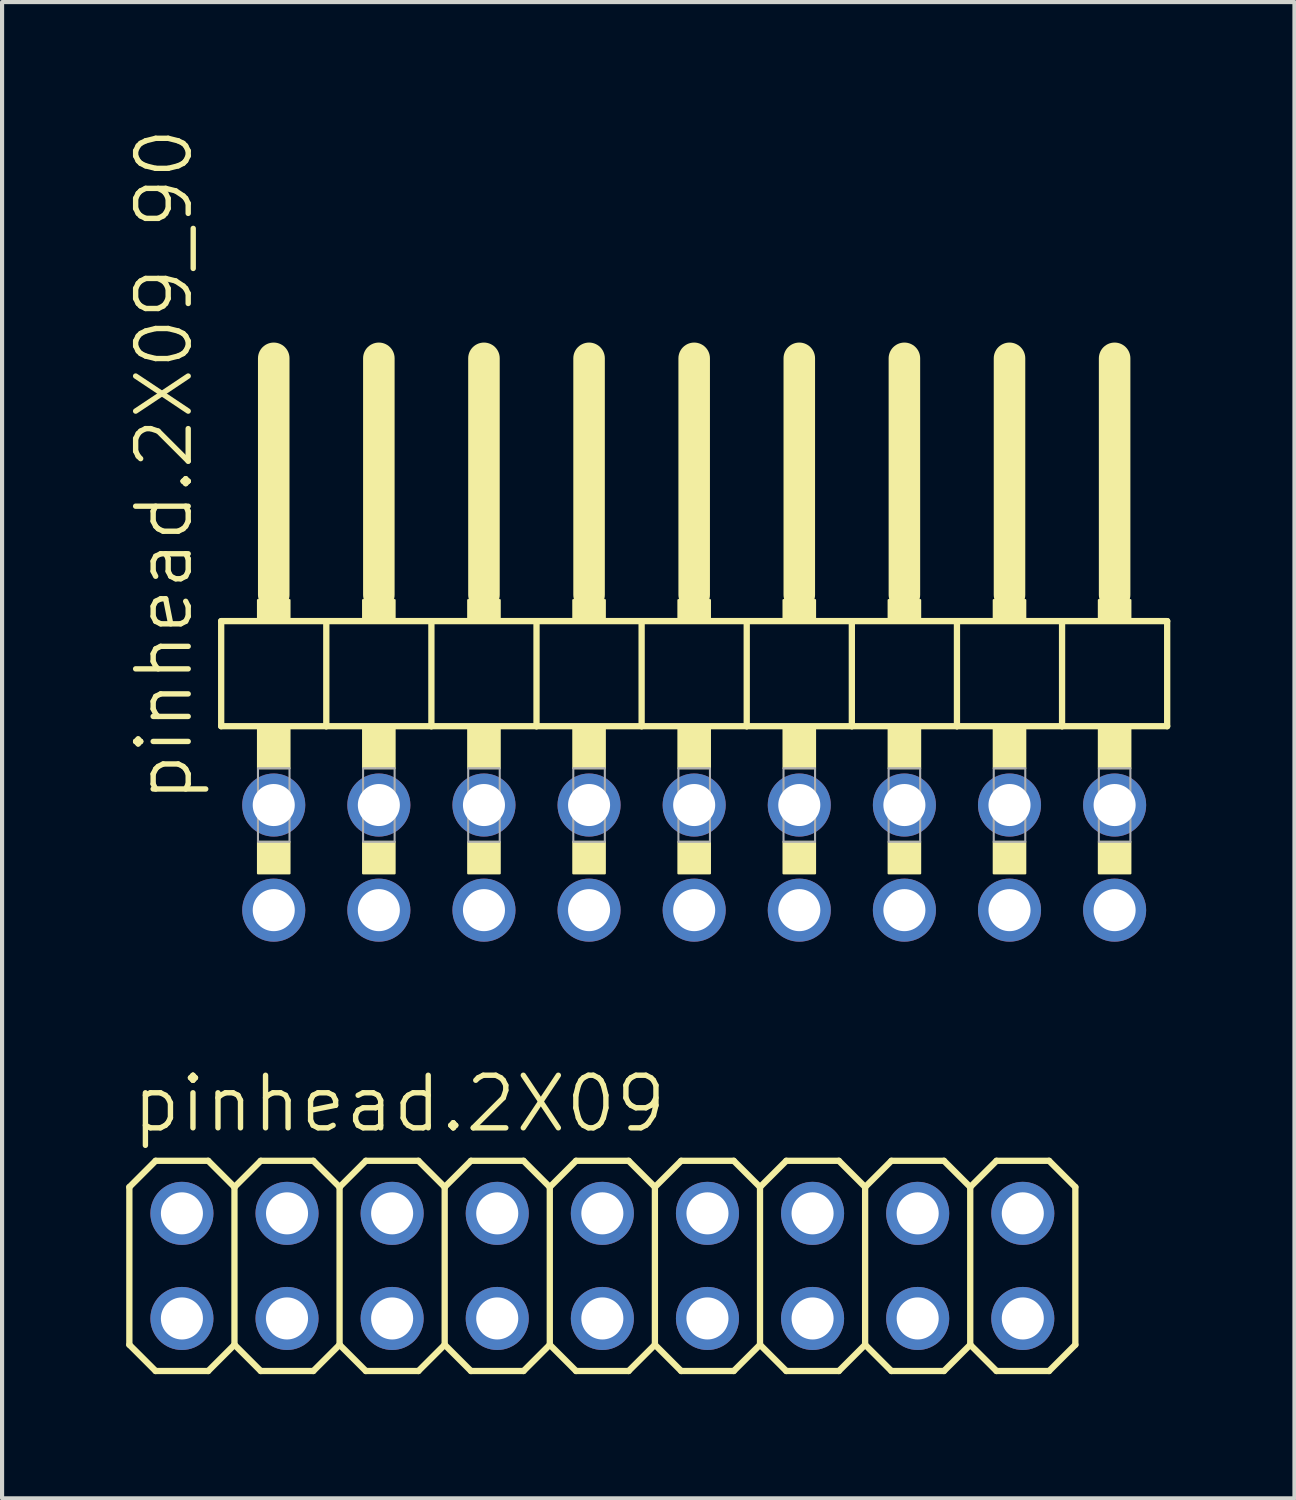
<source format=kicad_pcb>
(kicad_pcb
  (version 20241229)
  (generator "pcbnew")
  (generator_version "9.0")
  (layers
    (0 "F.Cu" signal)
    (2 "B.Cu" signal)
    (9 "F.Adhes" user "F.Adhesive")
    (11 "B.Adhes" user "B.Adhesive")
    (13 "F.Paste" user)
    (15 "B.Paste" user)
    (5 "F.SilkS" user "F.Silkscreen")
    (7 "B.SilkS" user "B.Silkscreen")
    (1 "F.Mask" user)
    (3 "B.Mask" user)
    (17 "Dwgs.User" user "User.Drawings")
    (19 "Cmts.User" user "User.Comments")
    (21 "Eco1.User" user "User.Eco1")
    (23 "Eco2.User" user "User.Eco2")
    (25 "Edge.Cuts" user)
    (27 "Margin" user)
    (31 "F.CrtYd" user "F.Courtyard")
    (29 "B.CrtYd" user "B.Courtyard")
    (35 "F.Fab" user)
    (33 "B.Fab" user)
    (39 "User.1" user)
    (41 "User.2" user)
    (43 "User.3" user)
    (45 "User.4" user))
  (footprint "pinhead.2X09_90"
    (layer "F.Cu")
    (at 13.725 12.594)
    (property "Reference" "pinhead.2X09_90" (at -12.065 3.81 90) (layer "F.SilkS") (effects (font (size 1.27 1.27) (thickness 0.13)) (justify left bottom)))
    (attr through_hole)
    (fp_line (start -11.43 -0.635) (end -11.43 1.905) (stroke (width 0.152) (type default)) (layer "F.SilkS"))
    (fp_line (start -11.43 1.905) (end -8.89 1.905) (stroke (width 0.152) (type default)) (layer "F.SilkS"))
    (fp_line (start -10.16 -6.985) (end -10.16 -1.27) (stroke (width 0.762) (type default)) (layer "F.SilkS"))
    (fp_line (start -8.89 -0.635) (end -11.43 -0.635) (stroke (width 0.152) (type default)) (layer "F.SilkS"))
    (fp_line (start -8.89 1.905) (end -8.89 -0.635) (stroke (width 0.152) (type default)) (layer "F.SilkS"))
    (fp_line (start -8.89 1.905) (end -6.35 1.905) (stroke (width 0.152) (type default)) (layer "F.SilkS"))
    (fp_line (start -7.62 -6.985) (end -7.62 -1.27) (stroke (width 0.762) (type default)) (layer "F.SilkS"))
    (fp_line (start -6.35 -0.635) (end -8.89 -0.635) (stroke (width 0.152) (type default)) (layer "F.SilkS"))
    (fp_line (start -6.35 1.905) (end -6.35 -0.635) (stroke (width 0.152) (type default)) (layer "F.SilkS"))
    (fp_line (start -6.35 1.905) (end -3.81 1.905) (stroke (width 0.152) (type default)) (layer "F.SilkS"))
    (fp_line (start -5.08 -6.985) (end -5.08 -1.27) (stroke (width 0.762) (type default)) (layer "F.SilkS"))
    (fp_line (start -3.81 -0.635) (end -6.35 -0.635) (stroke (width 0.152) (type default)) (layer "F.SilkS"))
    (fp_line (start -3.81 1.905) (end -3.81 -0.635) (stroke (width 0.152) (type default)) (layer "F.SilkS"))
    (fp_line (start -3.81 1.905) (end -1.27 1.905) (stroke (width 0.152) (type default)) (layer "F.SilkS"))
    (fp_line (start -2.54 -6.985) (end -2.54 -1.27) (stroke (width 0.762) (type default)) (layer "F.SilkS"))
    (fp_line (start -1.27 -0.635) (end -3.81 -0.635) (stroke (width 0.152) (type default)) (layer "F.SilkS"))
    (fp_line (start -1.27 1.905) (end -1.27 -0.635) (stroke (width 0.152) (type default)) (layer "F.SilkS"))
    (fp_line (start -1.27 1.905) (end 1.27 1.905) (stroke (width 0.152) (type default)) (layer "F.SilkS"))
    (fp_line (start 0 -6.985) (end 0 -1.27) (stroke (width 0.762) (type default)) (layer "F.SilkS"))
    (fp_line (start 1.27 -0.635) (end -1.27 -0.635) (stroke (width 0.152) (type default)) (layer "F.SilkS"))
    (fp_line (start 1.27 1.905) (end 1.27 -0.635) (stroke (width 0.152) (type default)) (layer "F.SilkS"))
    (fp_line (start 1.27 1.905) (end 3.81 1.905) (stroke (width 0.152) (type default)) (layer "F.SilkS"))
    (fp_line (start 2.54 -6.985) (end 2.54 -1.27) (stroke (width 0.762) (type default)) (layer "F.SilkS"))
    (fp_line (start 3.81 -0.635) (end 1.27 -0.635) (stroke (width 0.152) (type default)) (layer "F.SilkS"))
    (fp_line (start 3.81 1.905) (end 3.81 -0.635) (stroke (width 0.152) (type default)) (layer "F.SilkS"))
    (fp_line (start 3.81 1.905) (end 6.35 1.905) (stroke (width 0.152) (type default)) (layer "F.SilkS"))
    (fp_line (start 5.08 -6.985) (end 5.08 -1.27) (stroke (width 0.762) (type default)) (layer "F.SilkS"))
    (fp_line (start 6.35 -0.635) (end 3.81 -0.635) (stroke (width 0.152) (type default)) (layer "F.SilkS"))
    (fp_line (start 6.35 1.905) (end 6.35 -0.635) (stroke (width 0.152) (type default)) (layer "F.SilkS"))
    (fp_line (start 6.35 1.905) (end 8.89 1.905) (stroke (width 0.152) (type default)) (layer "F.SilkS"))
    (fp_line (start 7.62 -6.985) (end 7.62 -1.27) (stroke (width 0.762) (type default)) (layer "F.SilkS"))
    (fp_line (start 8.89 -0.635) (end 6.35 -0.635) (stroke (width 0.152) (type default)) (layer "F.SilkS"))
    (fp_line (start 8.89 1.905) (end 8.89 -0.635) (stroke (width 0.152) (type default)) (layer "F.SilkS"))
    (fp_line (start 8.89 1.905) (end 11.43 1.905) (stroke (width 0.152) (type default)) (layer "F.SilkS"))
    (fp_line (start 10.16 -6.985) (end 10.16 -1.27) (stroke (width 0.762) (type default)) (layer "F.SilkS"))
    (fp_line (start 11.43 -0.635) (end 8.89 -0.635) (stroke (width 0.152) (type default)) (layer "F.SilkS"))
    (fp_line (start 11.43 1.905) (end 11.43 -0.635) (stroke (width 0.152) (type default)) (layer "F.SilkS"))
    (fp_rect (start -10.541 -0.635) (end -9.779 -1.143) (stroke (width 0.05) (type default)) (fill yes) (layer "F.SilkS"))
    (fp_rect (start -10.541 2.921) (end -9.779 1.905) (stroke (width 0.05) (type default)) (fill yes) (layer "F.SilkS"))
    (fp_rect (start -10.541 5.461) (end -9.779 4.699) (stroke (width 0.05) (type default)) (fill yes) (layer "F.SilkS"))
    (fp_rect (start -8.001 -0.635) (end -7.239 -1.143) (stroke (width 0.05) (type default)) (fill yes) (layer "F.SilkS"))
    (fp_rect (start -8.001 2.921) (end -7.239 1.905) (stroke (width 0.05) (type default)) (fill yes) (layer "F.SilkS"))
    (fp_rect (start -8.001 5.461) (end -7.239 4.699) (stroke (width 0.05) (type default)) (fill yes) (layer "F.SilkS"))
    (fp_rect (start -5.461 -0.635) (end -4.699 -1.143) (stroke (width 0.05) (type default)) (fill yes) (layer "F.SilkS"))
    (fp_rect (start -5.461 2.921) (end -4.699 1.905) (stroke (width 0.05) (type default)) (fill yes) (layer "F.SilkS"))
    (fp_rect (start -5.461 5.461) (end -4.699 4.699) (stroke (width 0.05) (type default)) (fill yes) (layer "F.SilkS"))
    (fp_rect (start -2.921 -0.635) (end -2.159 -1.143) (stroke (width 0.05) (type default)) (fill yes) (layer "F.SilkS"))
    (fp_rect (start -2.921 2.921) (end -2.159 1.905) (stroke (width 0.05) (type default)) (fill yes) (layer "F.SilkS"))
    (fp_rect (start -2.921 5.461) (end -2.159 4.699) (stroke (width 0.05) (type default)) (fill yes) (layer "F.SilkS"))
    (fp_rect (start -0.381 -0.635) (end 0.381 -1.143) (stroke (width 0.05) (type default)) (fill yes) (layer "F.SilkS"))
    (fp_rect (start -0.381 2.921) (end 0.381 1.905) (stroke (width 0.05) (type default)) (fill yes) (layer "F.SilkS"))
    (fp_rect (start -0.381 5.461) (end 0.381 4.699) (stroke (width 0.05) (type default)) (fill yes) (layer "F.SilkS"))
    (fp_rect (start 2.159 -0.635) (end 2.921 -1.143) (stroke (width 0.05) (type default)) (fill yes) (layer "F.SilkS"))
    (fp_rect (start 2.159 2.921) (end 2.921 1.905) (stroke (width 0.05) (type default)) (fill yes) (layer "F.SilkS"))
    (fp_rect (start 2.159 5.461) (end 2.921 4.699) (stroke (width 0.05) (type default)) (fill yes) (layer "F.SilkS"))
    (fp_rect (start 4.699 -0.635) (end 5.461 -1.143) (stroke (width 0.05) (type default)) (fill yes) (layer "F.SilkS"))
    (fp_rect (start 4.699 2.921) (end 5.461 1.905) (stroke (width 0.05) (type default)) (fill yes) (layer "F.SilkS"))
    (fp_rect (start 4.699 5.461) (end 5.461 4.699) (stroke (width 0.05) (type default)) (fill yes) (layer "F.SilkS"))
    (fp_rect (start 7.239 -0.635) (end 8.001 -1.143) (stroke (width 0.05) (type default)) (fill yes) (layer "F.SilkS"))
    (fp_rect (start 7.239 2.921) (end 8.001 1.905) (stroke (width 0.05) (type default)) (fill yes) (layer "F.SilkS"))
    (fp_rect (start 7.239 5.461) (end 8.001 4.699) (stroke (width 0.05) (type default)) (fill yes) (layer "F.SilkS"))
    (fp_rect (start 9.779 -0.635) (end 10.541 -1.143) (stroke (width 0.05) (type default)) (fill yes) (layer "F.SilkS"))
    (fp_rect (start 9.779 2.921) (end 10.541 1.905) (stroke (width 0.05) (type default)) (fill yes) (layer "F.SilkS"))
    (fp_rect (start 9.779 5.461) (end 10.541 4.699) (stroke (width 0.05) (type default)) (fill yes) (layer "F.SilkS"))
    (fp_rect (start -10.541 4.699) (end -9.779 2.921) (stroke (width 0.05) (type default)) (fill no) (layer "F.Fab"))
    (fp_rect (start -8.001 4.699) (end -7.239 2.921) (stroke (width 0.05) (type default)) (fill no) (layer "F.Fab"))
    (fp_rect (start -5.461 4.699) (end -4.699 2.921) (stroke (width 0.05) (type default)) (fill no) (layer "F.Fab"))
    (fp_rect (start -2.921 4.699) (end -2.159 2.921) (stroke (width 0.05) (type default)) (fill no) (layer "F.Fab"))
    (fp_rect (start -0.381 4.699) (end 0.381 2.921) (stroke (width 0.05) (type default)) (fill no) (layer "F.Fab"))
    (fp_rect (start 2.159 4.699) (end 2.921 2.921) (stroke (width 0.05) (type default)) (fill no) (layer "F.Fab"))
    (fp_rect (start 4.699 4.699) (end 5.461 2.921) (stroke (width 0.05) (type default)) (fill no) (layer "F.Fab"))
    (fp_rect (start 7.239 4.699) (end 8.001 2.921) (stroke (width 0.05) (type default)) (fill no) (layer "F.Fab"))
    (fp_rect (start 9.779 4.699) (end 10.541 2.921) (stroke (width 0.05) (type default)) (fill no) (layer "F.Fab"))
    (pad "1" thru_hole circle (at -10.16 6.35) (size 1.524 1.524) (drill 1.016) (layers "*.Cu" "*.Mask"))
    (pad "2" thru_hole circle (at -10.16 3.81) (size 1.524 1.524) (drill 1.016) (layers "*.Cu" "*.Mask"))
    (pad "3" thru_hole circle (at -7.62 6.35) (size 1.524 1.524) (drill 1.016) (layers "*.Cu" "*.Mask"))
    (pad "4" thru_hole circle (at -7.62 3.81) (size 1.524 1.524) (drill 1.016) (layers "*.Cu" "*.Mask"))
    (pad "5" thru_hole circle (at -5.08 6.35) (size 1.524 1.524) (drill 1.016) (layers "*.Cu" "*.Mask"))
    (pad "6" thru_hole circle (at -5.08 3.81) (size 1.524 1.524) (drill 1.016) (layers "*.Cu" "*.Mask"))
    (pad "7" thru_hole circle (at -2.54 6.35) (size 1.524 1.524) (drill 1.016) (layers "*.Cu" "*.Mask"))
    (pad "8" thru_hole circle (at -2.54 3.81) (size 1.524 1.524) (drill 1.016) (layers "*.Cu" "*.Mask"))
    (pad "9" thru_hole circle (at 0 6.35) (size 1.524 1.524) (drill 1.016) (layers "*.Cu" "*.Mask"))
    (pad "10" thru_hole circle (at 0 3.81) (size 1.524 1.524) (drill 1.016) (layers "*.Cu" "*.Mask"))
    (pad "11" thru_hole circle (at 2.54 6.35) (size 1.524 1.524) (drill 1.016) (layers "*.Cu" "*.Mask"))
    (pad "12" thru_hole circle (at 2.54 3.81) (size 1.524 1.524) (drill 1.016) (layers "*.Cu" "*.Mask"))
    (pad "13" thru_hole circle (at 5.08 6.35) (size 1.524 1.524) (drill 1.016) (layers "*.Cu" "*.Mask"))
    (pad "14" thru_hole circle (at 5.08 3.81) (size 1.524 1.524) (drill 1.016) (layers "*.Cu" "*.Mask"))
    (pad "15" thru_hole circle (at 7.62 6.35) (size 1.524 1.524) (drill 1.016) (layers "*.Cu" "*.Mask"))
    (pad "16" thru_hole circle (at 7.62 3.81) (size 1.524 1.524) (drill 1.016) (layers "*.Cu" "*.Mask"))
    (pad "17" thru_hole circle (at 10.16 6.35) (size 1.524 1.524) (drill 1.016) (layers "*.Cu" "*.Mask"))
    (pad "18" thru_hole circle (at 10.16 3.81) (size 1.524 1.524) (drill 1.016) (layers "*.Cu" "*.Mask")))
  (footprint "pinhead.2X09"
    (layer "F.Cu")
    (at 11.506 27.541)
    (property "Reference" "pinhead.2X09" (at -11.43 -3.175 0) (layer "F.SilkS") (effects (font (size 1.27 1.27) (thickness 0.13)) (justify left bottom)))
    (attr through_hole)
    (fp_line (start -11.43 -1.905) (end -10.795 -2.54) (stroke (width 0.152) (type default)) (layer "F.SilkS"))
    (fp_line (start -11.43 1.905) (end -11.43 -1.905) (stroke (width 0.152) (type default)) (layer "F.SilkS"))
    (fp_line (start -11.43 1.905) (end -10.795 2.54) (stroke (width 0.152) (type default)) (layer "F.SilkS"))
    (fp_line (start -10.795 -2.54) (end -9.525 -2.54) (stroke (width 0.152) (type default)) (layer "F.SilkS"))
    (fp_line (start -10.795 2.54) (end -9.525 2.54) (stroke (width 0.152) (type default)) (layer "F.SilkS"))
    (fp_line (start -9.525 -2.54) (end -8.89 -1.905) (stroke (width 0.152) (type default)) (layer "F.SilkS"))
    (fp_line (start -9.525 2.54) (end -8.89 1.905) (stroke (width 0.152) (type default)) (layer "F.SilkS"))
    (fp_line (start -8.89 -1.905) (end -8.89 1.905) (stroke (width 0.152) (type default)) (layer "F.SilkS"))
    (fp_line (start -8.89 -1.905) (end -8.255 -2.54) (stroke (width 0.152) (type default)) (layer "F.SilkS"))
    (fp_line (start -8.89 1.905) (end -8.255 2.54) (stroke (width 0.152) (type default)) (layer "F.SilkS"))
    (fp_line (start -8.255 -2.54) (end -6.985 -2.54) (stroke (width 0.152) (type default)) (layer "F.SilkS"))
    (fp_line (start -8.255 2.54) (end -6.985 2.54) (stroke (width 0.152) (type default)) (layer "F.SilkS"))
    (fp_line (start -6.985 -2.54) (end -6.35 -1.905) (stroke (width 0.152) (type default)) (layer "F.SilkS"))
    (fp_line (start -6.985 2.54) (end -6.35 1.905) (stroke (width 0.152) (type default)) (layer "F.SilkS"))
    (fp_line (start -6.35 -1.905) (end -6.35 1.905) (stroke (width 0.152) (type default)) (layer "F.SilkS"))
    (fp_line (start -6.35 -1.905) (end -5.715 -2.54) (stroke (width 0.152) (type default)) (layer "F.SilkS"))
    (fp_line (start -6.35 1.905) (end -5.715 2.54) (stroke (width 0.152) (type default)) (layer "F.SilkS"))
    (fp_line (start -5.715 -2.54) (end -4.445 -2.54) (stroke (width 0.152) (type default)) (layer "F.SilkS"))
    (fp_line (start -5.715 2.54) (end -4.445 2.54) (stroke (width 0.152) (type default)) (layer "F.SilkS"))
    (fp_line (start -4.445 -2.54) (end -3.81 -1.905) (stroke (width 0.152) (type default)) (layer "F.SilkS"))
    (fp_line (start -4.445 2.54) (end -3.81 1.905) (stroke (width 0.152) (type default)) (layer "F.SilkS"))
    (fp_line (start -3.81 -1.905) (end -3.81 1.905) (stroke (width 0.152) (type default)) (layer "F.SilkS"))
    (fp_line (start -3.81 -1.905) (end -3.175 -2.54) (stroke (width 0.152) (type default)) (layer "F.SilkS"))
    (fp_line (start -3.81 1.905) (end -3.175 2.54) (stroke (width 0.152) (type default)) (layer "F.SilkS"))
    (fp_line (start -3.175 -2.54) (end -1.905 -2.54) (stroke (width 0.152) (type default)) (layer "F.SilkS"))
    (fp_line (start -3.175 2.54) (end -1.905 2.54) (stroke (width 0.152) (type default)) (layer "F.SilkS"))
    (fp_line (start -1.905 -2.54) (end -1.27 -1.905) (stroke (width 0.152) (type default)) (layer "F.SilkS"))
    (fp_line (start -1.905 2.54) (end -1.27 1.905) (stroke (width 0.152) (type default)) (layer "F.SilkS"))
    (fp_line (start -1.27 -1.905) (end -1.27 1.905) (stroke (width 0.152) (type default)) (layer "F.SilkS"))
    (fp_line (start -1.27 -1.905) (end -0.635 -2.54) (stroke (width 0.152) (type default)) (layer "F.SilkS"))
    (fp_line (start -1.27 1.905) (end -0.635 2.54) (stroke (width 0.152) (type default)) (layer "F.SilkS"))
    (fp_line (start -0.635 -2.54) (end 0.635 -2.54) (stroke (width 0.152) (type default)) (layer "F.SilkS"))
    (fp_line (start -0.635 2.54) (end 0.635 2.54) (stroke (width 0.152) (type default)) (layer "F.SilkS"))
    (fp_line (start 0.635 -2.54) (end 1.27 -1.905) (stroke (width 0.152) (type default)) (layer "F.SilkS"))
    (fp_line (start 0.635 2.54) (end 1.27 1.905) (stroke (width 0.152) (type default)) (layer "F.SilkS"))
    (fp_line (start 1.27 -1.905) (end 1.27 1.905) (stroke (width 0.152) (type default)) (layer "F.SilkS"))
    (fp_line (start 1.27 -1.905) (end 1.905 -2.54) (stroke (width 0.152) (type default)) (layer "F.SilkS"))
    (fp_line (start 1.27 1.905) (end 1.905 2.54) (stroke (width 0.152) (type default)) (layer "F.SilkS"))
    (fp_line (start 1.905 -2.54) (end 3.175 -2.54) (stroke (width 0.152) (type default)) (layer "F.SilkS"))
    (fp_line (start 1.905 2.54) (end 3.175 2.54) (stroke (width 0.152) (type default)) (layer "F.SilkS"))
    (fp_line (start 3.175 -2.54) (end 3.81 -1.905) (stroke (width 0.152) (type default)) (layer "F.SilkS"))
    (fp_line (start 3.175 2.54) (end 3.81 1.905) (stroke (width 0.152) (type default)) (layer "F.SilkS"))
    (fp_line (start 3.81 -1.905) (end 3.81 1.905) (stroke (width 0.152) (type default)) (layer "F.SilkS"))
    (fp_line (start 3.81 -1.905) (end 4.445 -2.54) (stroke (width 0.152) (type default)) (layer "F.SilkS"))
    (fp_line (start 3.81 1.905) (end 4.445 2.54) (stroke (width 0.152) (type default)) (layer "F.SilkS"))
    (fp_line (start 4.445 -2.54) (end 5.715 -2.54) (stroke (width 0.152) (type default)) (layer "F.SilkS"))
    (fp_line (start 4.445 2.54) (end 5.715 2.54) (stroke (width 0.152) (type default)) (layer "F.SilkS"))
    (fp_line (start 5.715 -2.54) (end 6.35 -1.905) (stroke (width 0.152) (type default)) (layer "F.SilkS"))
    (fp_line (start 6.35 -1.905) (end 6.35 1.905) (stroke (width 0.152) (type default)) (layer "F.SilkS"))
    (fp_line (start 6.35 -1.905) (end 6.985 -2.54) (stroke (width 0.152) (type default)) (layer "F.SilkS"))
    (fp_line (start 6.35 1.905) (end 5.715 2.54) (stroke (width 0.152) (type default)) (layer "F.SilkS"))
    (fp_line (start 6.35 1.905) (end 6.985 2.54) (stroke (width 0.152) (type default)) (layer "F.SilkS"))
    (fp_line (start 6.985 -2.54) (end 8.255 -2.54) (stroke (width 0.152) (type default)) (layer "F.SilkS"))
    (fp_line (start 6.985 2.54) (end 8.255 2.54) (stroke (width 0.152) (type default)) (layer "F.SilkS"))
    (fp_line (start 8.255 -2.54) (end 8.89 -1.905) (stroke (width 0.152) (type default)) (layer "F.SilkS"))
    (fp_line (start 8.89 -1.905) (end 8.89 1.905) (stroke (width 0.152) (type default)) (layer "F.SilkS"))
    (fp_line (start 8.89 -1.905) (end 9.525 -2.54) (stroke (width 0.152) (type default)) (layer "F.SilkS"))
    (fp_line (start 8.89 1.905) (end 8.255 2.54) (stroke (width 0.152) (type default)) (layer "F.SilkS"))
    (fp_line (start 8.89 1.905) (end 9.525 2.54) (stroke (width 0.152) (type default)) (layer "F.SilkS"))
    (fp_line (start 9.525 -2.54) (end 10.795 -2.54) (stroke (width 0.152) (type default)) (layer "F.SilkS"))
    (fp_line (start 9.525 2.54) (end 10.795 2.54) (stroke (width 0.152) (type default)) (layer "F.SilkS"))
    (fp_line (start 10.795 -2.54) (end 11.43 -1.905) (stroke (width 0.152) (type default)) (layer "F.SilkS"))
    (fp_line (start 11.43 -1.905) (end 11.43 1.905) (stroke (width 0.152) (type default)) (layer "F.SilkS"))
    (fp_line (start 11.43 1.905) (end 10.795 2.54) (stroke (width 0.152) (type default)) (layer "F.SilkS"))
    (fp_rect (start -10.414 -1.016) (end -9.906 -1.524) (stroke (width 0.05) (type default)) (fill no) (layer "F.Fab"))
    (fp_rect (start -10.414 1.524) (end -9.906 1.016) (stroke (width 0.05) (type default)) (fill no) (layer "F.Fab"))
    (fp_rect (start -7.874 -1.016) (end -7.366 -1.524) (stroke (width 0.05) (type default)) (fill no) (layer "F.Fab"))
    (fp_rect (start -7.874 1.524) (end -7.366 1.016) (stroke (width 0.05) (type default)) (fill no) (layer "F.Fab"))
    (fp_rect (start -5.334 -1.016) (end -4.826 -1.524) (stroke (width 0.05) (type default)) (fill no) (layer "F.Fab"))
    (fp_rect (start -5.334 1.524) (end -4.826 1.016) (stroke (width 0.05) (type default)) (fill no) (layer "F.Fab"))
    (fp_rect (start -2.794 -1.016) (end -2.286 -1.524) (stroke (width 0.05) (type default)) (fill no) (layer "F.Fab"))
    (fp_rect (start -2.794 1.524) (end -2.286 1.016) (stroke (width 0.05) (type default)) (fill no) (layer "F.Fab"))
    (fp_rect (start -0.254 -1.016) (end 0.254 -1.524) (stroke (width 0.05) (type default)) (fill no) (layer "F.Fab"))
    (fp_rect (start -0.254 1.524) (end 0.254 1.016) (stroke (width 0.05) (type default)) (fill no) (layer "F.Fab"))
    (fp_rect (start 2.286 -1.016) (end 2.794 -1.524) (stroke (width 0.05) (type default)) (fill no) (layer "F.Fab"))
    (fp_rect (start 2.286 1.524) (end 2.794 1.016) (stroke (width 0.05) (type default)) (fill no) (layer "F.Fab"))
    (fp_rect (start 4.826 -1.016) (end 5.334 -1.524) (stroke (width 0.05) (type default)) (fill no) (layer "F.Fab"))
    (fp_rect (start 4.826 1.524) (end 5.334 1.016) (stroke (width 0.05) (type default)) (fill no) (layer "F.Fab"))
    (fp_rect (start 7.366 -1.016) (end 7.874 -1.524) (stroke (width 0.05) (type default)) (fill no) (layer "F.Fab"))
    (fp_rect (start 7.366 1.524) (end 7.874 1.016) (stroke (width 0.05) (type default)) (fill no) (layer "F.Fab"))
    (fp_rect (start 9.906 -1.016) (end 10.414 -1.524) (stroke (width 0.05) (type default)) (fill no) (layer "F.Fab"))
    (fp_rect (start 9.906 1.524) (end 10.414 1.016) (stroke (width 0.05) (type default)) (fill no) (layer "F.Fab"))
    (pad "1" thru_hole circle (at -10.16 1.27) (size 1.524 1.524) (drill 1.016) (layers "*.Cu" "*.Mask"))
    (pad "2" thru_hole circle (at -10.16 -1.27) (size 1.524 1.524) (drill 1.016) (layers "*.Cu" "*.Mask"))
    (pad "3" thru_hole circle (at -7.62 1.27) (size 1.524 1.524) (drill 1.016) (layers "*.Cu" "*.Mask"))
    (pad "4" thru_hole circle (at -7.62 -1.27) (size 1.524 1.524) (drill 1.016) (layers "*.Cu" "*.Mask"))
    (pad "5" thru_hole circle (at -5.08 1.27) (size 1.524 1.524) (drill 1.016) (layers "*.Cu" "*.Mask"))
    (pad "6" thru_hole circle (at -5.08 -1.27) (size 1.524 1.524) (drill 1.016) (layers "*.Cu" "*.Mask"))
    (pad "7" thru_hole circle (at -2.54 1.27) (size 1.524 1.524) (drill 1.016) (layers "*.Cu" "*.Mask"))
    (pad "8" thru_hole circle (at -2.54 -1.27) (size 1.524 1.524) (drill 1.016) (layers "*.Cu" "*.Mask"))
    (pad "9" thru_hole circle (at 0 1.27) (size 1.524 1.524) (drill 1.016) (layers "*.Cu" "*.Mask"))
    (pad "10" thru_hole circle (at 0 -1.27) (size 1.524 1.524) (drill 1.016) (layers "*.Cu" "*.Mask"))
    (pad "11" thru_hole circle (at 2.54 1.27) (size 1.524 1.524) (drill 1.016) (layers "*.Cu" "*.Mask"))
    (pad "12" thru_hole circle (at 2.54 -1.27) (size 1.524 1.524) (drill 1.016) (layers "*.Cu" "*.Mask"))
    (pad "13" thru_hole circle (at 5.08 1.27) (size 1.524 1.524) (drill 1.016) (layers "*.Cu" "*.Mask"))
    (pad "14" thru_hole circle (at 5.08 -1.27) (size 1.524 1.524) (drill 1.016) (layers "*.Cu" "*.Mask"))
    (pad "15" thru_hole circle (at 7.62 1.27) (size 1.524 1.524) (drill 1.016) (layers "*.Cu" "*.Mask"))
    (pad "16" thru_hole circle (at 7.62 -1.27) (size 1.524 1.524) (drill 1.016) (layers "*.Cu" "*.Mask"))
    (pad "17" thru_hole circle (at 10.16 1.27) (size 1.524 1.524) (drill 1.016) (layers "*.Cu" "*.Mask"))
    (pad "18" thru_hole circle (at 10.16 -1.27) (size 1.524 1.524) (drill 1.016) (layers "*.Cu" "*.Mask")))
  (gr_rect
    (start -3 -3)
    (end 28.231 33.157)
    (stroke (width 0.1) (type default))
    (fill no)
    (layer "Edge.Cuts")))
</source>
